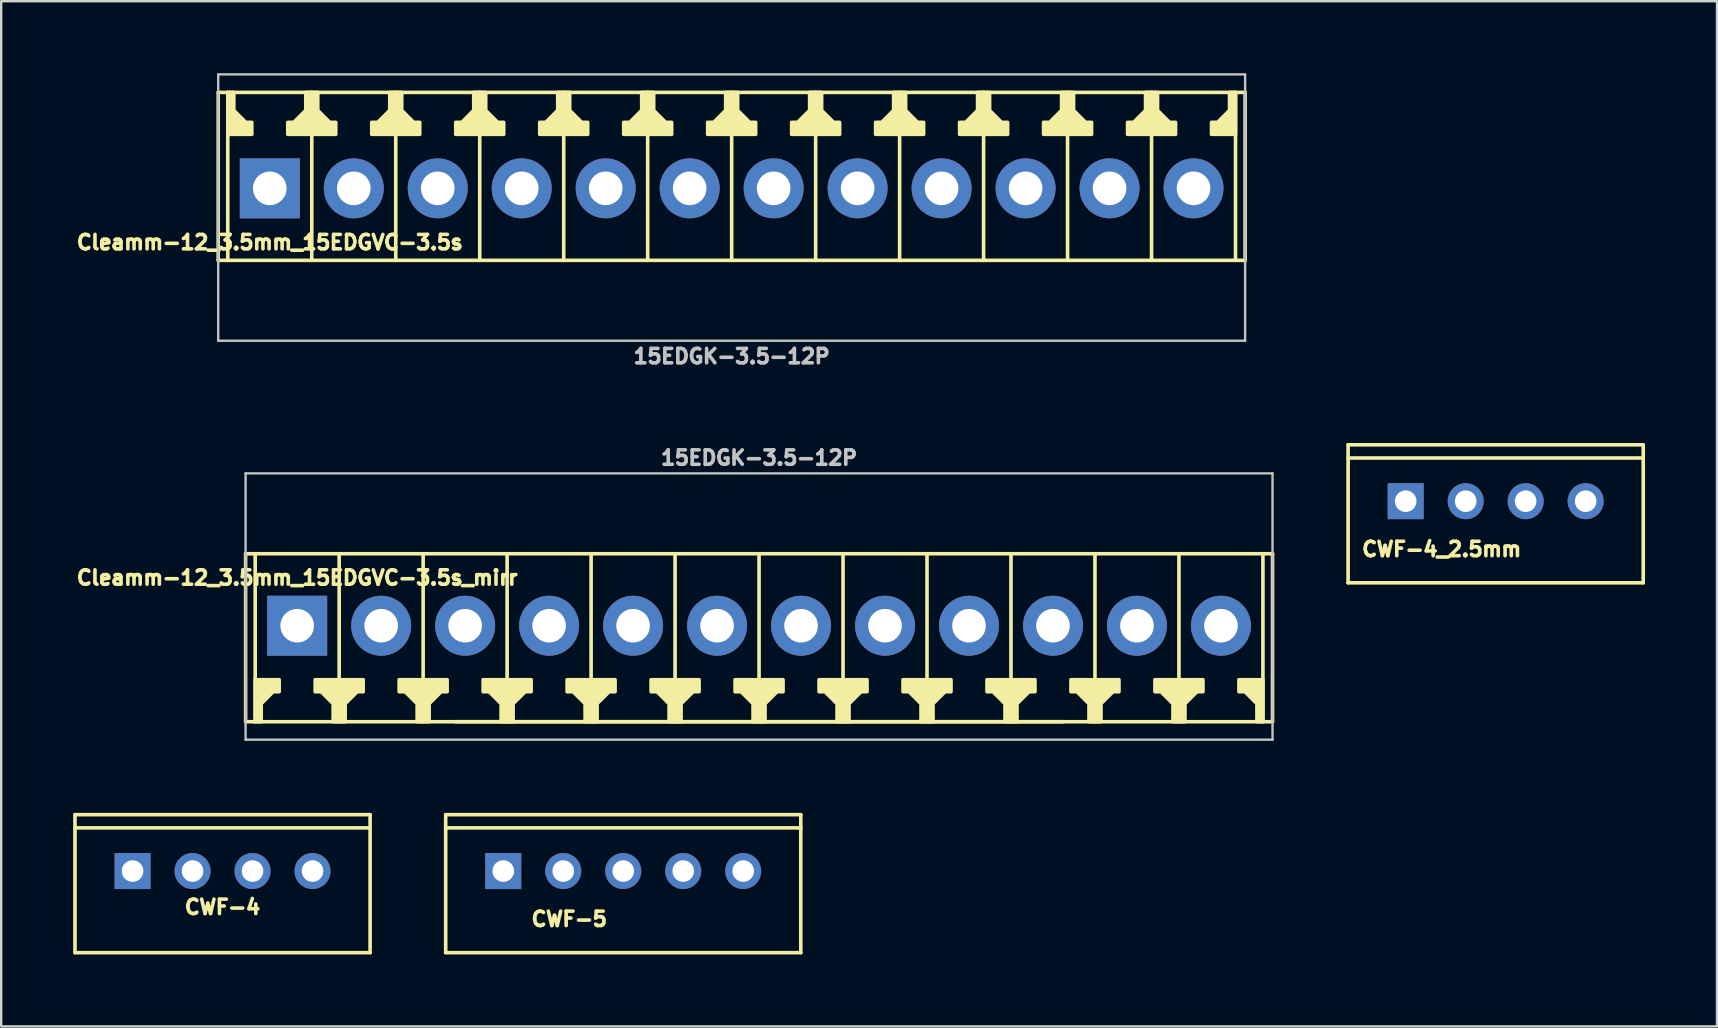
<source format=kicad_pcb>
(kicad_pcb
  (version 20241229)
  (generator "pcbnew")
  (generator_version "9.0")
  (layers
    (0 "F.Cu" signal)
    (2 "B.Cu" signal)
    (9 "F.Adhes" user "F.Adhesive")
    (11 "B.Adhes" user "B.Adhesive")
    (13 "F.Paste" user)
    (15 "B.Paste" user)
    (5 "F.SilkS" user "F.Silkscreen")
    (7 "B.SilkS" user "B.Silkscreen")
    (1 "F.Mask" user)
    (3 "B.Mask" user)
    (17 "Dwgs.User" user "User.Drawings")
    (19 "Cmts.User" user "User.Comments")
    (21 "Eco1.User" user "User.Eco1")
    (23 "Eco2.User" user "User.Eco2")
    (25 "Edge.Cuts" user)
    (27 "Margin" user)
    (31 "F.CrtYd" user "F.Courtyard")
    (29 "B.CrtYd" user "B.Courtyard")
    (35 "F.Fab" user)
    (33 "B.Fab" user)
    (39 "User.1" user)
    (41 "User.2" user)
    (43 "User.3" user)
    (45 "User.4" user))
  (footprint "Cleamm-12_3.5mm_15EDGVC-3.5s_mirr"
    (layer "F.Cu")
    (at 28.586 23.029)
    (property "Reference" "Cleamm-12_3.5mm_15EDGVC-3.5s_mirr" (at -19.25 -2 0) (layer "F.SilkS") (effects (font (size 0.6 0.6) (thickness 0.15))))
    (attr through_hole)
    (fp_line (start -21.4 -3) (end 21.4 -3) (stroke (width 0.15) (type default)) (layer "F.SilkS"))
    (fp_line (start -21.4 4) (end -21.4 -3) (stroke (width 0.15) (type default)) (layer "F.SilkS"))
    (fp_line (start -21 -3) (end -21 4) (stroke (width 0.15) (type solid)) (layer "F.SilkS"))
    (fp_line (start -17.5 4) (end -17.5 -3) (stroke (width 0.15) (type solid)) (layer "F.SilkS"))
    (fp_line (start -14 -3) (end -14 4) (stroke (width 0.15) (type solid)) (layer "F.SilkS"))
    (fp_line (start -10.5 -3) (end -10.5 4) (stroke (width 0.15) (type solid)) (layer "F.SilkS"))
    (fp_line (start -7 4) (end -7 -3) (stroke (width 0.15) (type solid)) (layer "F.SilkS"))
    (fp_line (start -3.5 4) (end -3.5 -3) (stroke (width 0.15) (type solid)) (layer "F.SilkS"))
    (fp_line (start 0 4) (end 0 -3) (stroke (width 0.15) (type solid)) (layer "F.SilkS"))
    (fp_line (start 3.5 -3) (end 3.5 4) (stroke (width 0.15) (type solid)) (layer "F.SilkS"))
    (fp_line (start 7 -3) (end 7 4) (stroke (width 0.15) (type solid)) (layer "F.SilkS"))
    (fp_line (start 10.5 4) (end 10.5 -3) (stroke (width 0.15) (type solid)) (layer "F.SilkS"))
    (fp_line (start 12.65 4) (end -12.65 4) (stroke (width 0.15) (type solid)) (layer "F.SilkS"))
    (fp_line (start 14 4) (end 14 -3) (stroke (width 0.15) (type solid)) (layer "F.SilkS"))
    (fp_line (start 17.5 4) (end 17.5 -3) (stroke (width 0.15) (type solid)) (layer "F.SilkS"))
    (fp_line (start 21 4) (end 21 -3) (stroke (width 0.15) (type solid)) (layer "F.SilkS"))
    (fp_line (start 21.4 -3) (end 21.4 4) (stroke (width 0.15) (type default)) (layer "F.SilkS"))
    (fp_line (start 21.4 4) (end -21.4 4) (stroke (width 0.15) (type default)) (layer "F.SilkS"))
    (fp_poly (pts (xy -21 2.25) (xy -20 2.25) (xy -20 2.75) (xy -20.25 2.75) (xy -20.75 3.25) (xy -20.75 4) (xy -21 4)) (stroke (width 0.15) (type solid)) (fill yes) (layer "F.SilkS"))
    (fp_poly (pts (xy 21 2.25) (xy 20 2.25) (xy 20 2.75) (xy 20.25 2.75) (xy 20.75 3.25) (xy 20.75 4) (xy 21 4)) (stroke (width 0.15) (type solid)) (fill yes) (layer "F.SilkS"))
    (fp_poly (pts (xy -17.25 4) (xy -17.25 3.25) (xy -16.75 2.75) (xy -16.5 2.75) (xy -16.5 2.25) (xy -18.5 2.25) (xy -18.5 2.75) (xy -18.25 2.75) (xy -17.75 3.25) (xy -17.75 4)) (stroke (width 0.15) (type solid)) (fill yes) (layer "F.SilkS"))
    (fp_poly (pts (xy -13.75 4) (xy -13.75 3.25) (xy -13.25 2.75) (xy -13 2.75) (xy -13 2.25) (xy -15 2.25) (xy -15 2.75) (xy -14.75 2.75) (xy -14.25 3.25) (xy -14.25 4)) (stroke (width 0.15) (type solid)) (fill yes) (layer "F.SilkS"))
    (fp_poly (pts (xy -10.25 4) (xy -10.25 3.25) (xy -9.75 2.75) (xy -9.5 2.75) (xy -9.5 2.25) (xy -11.5 2.25) (xy -11.5 2.75) (xy -11.25 2.75) (xy -10.75 3.25) (xy -10.75 4)) (stroke (width 0.15) (type solid)) (fill yes) (layer "F.SilkS"))
    (fp_poly (pts (xy -6.75 4) (xy -6.75 3.25) (xy -6.25 2.75) (xy -6 2.75) (xy -6 2.25) (xy -8 2.25) (xy -8 2.75) (xy -7.75 2.75) (xy -7.25 3.25) (xy -7.25 4)) (stroke (width 0.15) (type solid)) (fill yes) (layer "F.SilkS"))
    (fp_poly (pts (xy -3.25 4) (xy -3.25 3.25) (xy -2.75 2.75) (xy -2.5 2.75) (xy -2.5 2.25) (xy -4.5 2.25) (xy -4.5 2.75) (xy -4.25 2.75) (xy -3.75 3.25) (xy -3.75 4)) (stroke (width 0.15) (type solid)) (fill yes) (layer "F.SilkS"))
    (fp_poly (pts (xy 0.25 4) (xy 0.25 3.25) (xy 0.75 2.75) (xy 1 2.75) (xy 1 2.25) (xy -1 2.25) (xy -1 2.75) (xy -0.75 2.75) (xy -0.25 3.25) (xy -0.25 4)) (stroke (width 0.15) (type solid)) (fill yes) (layer "F.SilkS"))
    (fp_poly (pts (xy 3.75 4) (xy 3.75 3.25) (xy 4.25 2.75) (xy 4.5 2.75) (xy 4.5 2.25) (xy 2.5 2.25) (xy 2.5 2.75) (xy 2.75 2.75) (xy 3.25 3.25) (xy 3.25 4)) (stroke (width 0.15) (type solid)) (fill yes) (layer "F.SilkS"))
    (fp_poly (pts (xy 7.25 4) (xy 7.25 3.25) (xy 7.75 2.75) (xy 8 2.75) (xy 8 2.25) (xy 6 2.25) (xy 6 2.75) (xy 6.25 2.75) (xy 6.75 3.25) (xy 6.75 4)) (stroke (width 0.15) (type solid)) (fill yes) (layer "F.SilkS"))
    (fp_poly (pts (xy 10.75 4) (xy 10.75 3.25) (xy 11.25 2.75) (xy 11.5 2.75) (xy 11.5 2.25) (xy 9.5 2.25) (xy 9.5 2.75) (xy 9.75 2.75) (xy 10.25 3.25) (xy 10.25 4)) (stroke (width 0.15) (type solid)) (fill yes) (layer "F.SilkS"))
    (fp_poly (pts (xy 14.25 4) (xy 14.25 3.25) (xy 14.75 2.75) (xy 15 2.75) (xy 15 2.25) (xy 13 2.25) (xy 13 2.75) (xy 13.25 2.75) (xy 13.75 3.25) (xy 13.75 4)) (stroke (width 0.15) (type solid)) (fill yes) (layer "F.SilkS"))
    (fp_poly (pts (xy 17.75 4) (xy 17.75 3.25) (xy 18.25 2.75) (xy 18.5 2.75) (xy 18.5 2.25) (xy 16.5 2.25) (xy 16.5 2.75) (xy 16.75 2.75) (xy 17.25 3.25) (xy 17.25 4)) (stroke (width 0.15) (type solid)) (fill yes) (layer "F.SilkS"))
    (fp_line (start -21.4 -6.35) (end -21.4 4.75) (stroke (width 0.1) (type default)) (layer "Dwgs.User"))
    (fp_line (start -21.4 4.75) (end 21.4 4.75) (stroke (width 0.1) (type default)) (layer "Dwgs.User"))
    (fp_line (start 21.4 -6.35) (end -21.4 -6.35) (stroke (width 0.1) (type default)) (layer "Dwgs.User"))
    (fp_line (start 21.4 4.75) (end 21.4 -6.35) (stroke (width 0.1) (type default)) (layer "Dwgs.User"))
    (fp_text user "15EDGK-3.5-12P" (at 0 -7 0) (layer "Dwgs.User") (effects (font (size 0.6 0.6) (thickness 0.15))))
    (pad "1" thru_hole rect (at -19.25 0) (size 2.5 2.5) (drill 1.4) (layers "*.Cu" "*.Mask"))
    (pad "2" thru_hole circle (at -15.75 0) (size 2.5 2.5) (drill 1.4) (layers "*.Cu" "*.Mask"))
    (pad "3" thru_hole circle (at -12.25 0) (size 2.5 2.5) (drill 1.4) (layers "*.Cu" "*.Mask"))
    (pad "4" thru_hole circle (at -8.75 0) (size 2.5 2.5) (drill 1.4) (layers "*.Cu" "*.Mask"))
    (pad "5" thru_hole circle (at -5.25 0) (size 2.5 2.5) (drill 1.4) (layers "*.Cu" "*.Mask"))
    (pad "6" thru_hole circle (at -1.75 0) (size 2.5 2.5) (drill 1.4) (layers "*.Cu" "*.Mask"))
    (pad "7" thru_hole circle (at 1.75 0) (size 2.5 2.5) (drill 1.4) (layers "*.Cu" "*.Mask"))
    (pad "8" thru_hole circle (at 5.25 0) (size 2.5 2.5) (drill 1.4) (layers "*.Cu" "*.Mask"))
    (pad "9" thru_hole circle (at 8.75 0) (size 2.5 2.5) (drill 1.4) (layers "*.Cu" "*.Mask"))
    (pad "10" thru_hole circle (at 12.25 0) (size 2.5 2.5) (drill 1.4) (layers "*.Cu" "*.Mask"))
    (pad "11" thru_hole circle (at 15.75 0) (size 2.5 2.5) (drill 1.4) (layers "*.Cu" "*.Mask"))
    (pad "12" thru_hole circle (at 19.25 0) (size 2.5 2.5) (drill 1.4) (layers "*.Cu" "*.Mask")))
  (footprint "Cleamm-12_3.5mm_15EDGVC-3.5s"
    (layer "F.Cu")
    (at 27.444 4.8)
    (property "Reference" "Cleamm-12_3.5mm_15EDGVC-3.5s" (at -19.25 2.25 0) (layer "F.SilkS") (effects (font (size 0.6 0.6) (thickness 0.15))))
    (attr through_hole)
    (fp_line (start -21.4 -4) (end 21.4 -4) (stroke (width 0.15) (type default)) (layer "F.SilkS"))
    (fp_line (start -21.4 3) (end -21.4 -4) (stroke (width 0.15) (type default)) (layer "F.SilkS"))
    (fp_line (start -21.4 3) (end 21.4 3) (stroke (width 0.15) (type default)) (layer "F.SilkS"))
    (fp_line (start -21 -4) (end -21 3) (stroke (width 0.15) (type solid)) (layer "F.SilkS"))
    (fp_line (start -17.5 -4) (end -17.5 3) (stroke (width 0.15) (type solid)) (layer "F.SilkS"))
    (fp_line (start -14 -4) (end -14 3) (stroke (width 0.15) (type solid)) (layer "F.SilkS"))
    (fp_line (start -10.5 -4) (end -10.5 3) (stroke (width 0.15) (type solid)) (layer "F.SilkS"))
    (fp_line (start -7 3) (end -7 -4) (stroke (width 0.15) (type solid)) (layer "F.SilkS"))
    (fp_line (start -3.5 3) (end -3.5 -4) (stroke (width 0.15) (type solid)) (layer "F.SilkS"))
    (fp_line (start 0 -4) (end 0 3) (stroke (width 0.15) (type solid)) (layer "F.SilkS"))
    (fp_line (start 3.5 -4) (end 3.5 3) (stroke (width 0.15) (type solid)) (layer "F.SilkS"))
    (fp_line (start 7 -4) (end 7 3) (stroke (width 0.15) (type solid)) (layer "F.SilkS"))
    (fp_line (start 10.5 3) (end 10.5 -4) (stroke (width 0.15) (type solid)) (layer "F.SilkS"))
    (fp_line (start 14 3) (end 14 -4) (stroke (width 0.15) (type solid)) (layer "F.SilkS"))
    (fp_line (start 17.5 -4) (end 17.5 3) (stroke (width 0.15) (type solid)) (layer "F.SilkS"))
    (fp_line (start 21 3) (end 21 -4) (stroke (width 0.15) (type solid)) (layer "F.SilkS"))
    (fp_line (start 21.4 -4) (end 21.4 3) (stroke (width 0.15) (type default)) (layer "F.SilkS"))
    (fp_poly (pts (xy -21 -2.25) (xy -20 -2.25) (xy -20 -2.75) (xy -20.25 -2.75) (xy -20.75 -3.25) (xy -20.75 -4) (xy -21 -4)) (stroke (width 0.15) (type solid)) (fill yes) (layer "F.SilkS"))
    (fp_poly (pts (xy 21 -2.25) (xy 20 -2.25) (xy 20 -2.75) (xy 20.25 -2.75) (xy 20.75 -3.25) (xy 20.75 -4) (xy 21 -4)) (stroke (width 0.15) (type solid)) (fill yes) (layer "F.SilkS"))
    (fp_poly (pts (xy -17.75 -4) (xy -17.75 -3.25) (xy -18.25 -2.75) (xy -18.5 -2.75) (xy -18.5 -2.25) (xy -16.5 -2.25) (xy -16.5 -2.75) (xy -16.75 -2.75) (xy -17.25 -3.25) (xy -17.25 -4)) (stroke (width 0.15) (type solid)) (fill yes) (layer "F.SilkS"))
    (fp_poly (pts (xy -14.25 -4) (xy -14.25 -3.25) (xy -14.75 -2.75) (xy -15 -2.75) (xy -15 -2.25) (xy -13 -2.25) (xy -13 -2.75) (xy -13.25 -2.75) (xy -13.75 -3.25) (xy -13.75 -4)) (stroke (width 0.15) (type solid)) (fill yes) (layer "F.SilkS"))
    (fp_poly (pts (xy -10.75 -4) (xy -10.75 -3.25) (xy -11.25 -2.75) (xy -11.5 -2.75) (xy -11.5 -2.25) (xy -9.5 -2.25) (xy -9.5 -2.75) (xy -9.75 -2.75) (xy -10.25 -3.25) (xy -10.25 -4)) (stroke (width 0.15) (type solid)) (fill yes) (layer "F.SilkS"))
    (fp_poly (pts (xy -7.25 -4) (xy -7.25 -3.25) (xy -7.75 -2.75) (xy -8 -2.75) (xy -8 -2.25) (xy -6 -2.25) (xy -6 -2.75) (xy -6.25 -2.75) (xy -6.75 -3.25) (xy -6.75 -4)) (stroke (width 0.15) (type solid)) (fill yes) (layer "F.SilkS"))
    (fp_poly (pts (xy -3.75 -4) (xy -3.75 -3.25) (xy -4.25 -2.75) (xy -4.5 -2.75) (xy -4.5 -2.25) (xy -2.5 -2.25) (xy -2.5 -2.75) (xy -2.75 -2.75) (xy -3.25 -3.25) (xy -3.25 -4)) (stroke (width 0.15) (type solid)) (fill yes) (layer "F.SilkS"))
    (fp_poly (pts (xy -0.25 -4) (xy -0.25 -3.25) (xy -0.75 -2.75) (xy -1 -2.75) (xy -1 -2.25) (xy 1 -2.25) (xy 1 -2.75) (xy 0.75 -2.75) (xy 0.25 -3.25) (xy 0.25 -4)) (stroke (width 0.15) (type solid)) (fill yes) (layer "F.SilkS"))
    (fp_poly (pts (xy 3.25 -4) (xy 3.25 -3.25) (xy 2.75 -2.75) (xy 2.5 -2.75) (xy 2.5 -2.25) (xy 4.5 -2.25) (xy 4.5 -2.75) (xy 4.25 -2.75) (xy 3.75 -3.25) (xy 3.75 -4)) (stroke (width 0.15) (type solid)) (fill yes) (layer "F.SilkS"))
    (fp_poly (pts (xy 6.75 -4) (xy 6.75 -3.25) (xy 6.25 -2.75) (xy 6 -2.75) (xy 6 -2.25) (xy 8 -2.25) (xy 8 -2.75) (xy 7.75 -2.75) (xy 7.25 -3.25) (xy 7.25 -4)) (stroke (width 0.15) (type solid)) (fill yes) (layer "F.SilkS"))
    (fp_poly (pts (xy 10.25 -4) (xy 10.25 -3.25) (xy 9.75 -2.75) (xy 9.5 -2.75) (xy 9.5 -2.25) (xy 11.5 -2.25) (xy 11.5 -2.75) (xy 11.25 -2.75) (xy 10.75 -3.25) (xy 10.75 -4)) (stroke (width 0.15) (type solid)) (fill yes) (layer "F.SilkS"))
    (fp_poly (pts (xy 13.75 -4) (xy 13.75 -3.25) (xy 13.25 -2.75) (xy 13 -2.75) (xy 13 -2.25) (xy 15 -2.25) (xy 15 -2.75) (xy 14.75 -2.75) (xy 14.25 -3.25) (xy 14.25 -4)) (stroke (width 0.15) (type solid)) (fill yes) (layer "F.SilkS"))
    (fp_poly (pts (xy 17.25 -4) (xy 17.25 -3.25) (xy 16.75 -2.75) (xy 16.5 -2.75) (xy 16.5 -2.25) (xy 18.5 -2.25) (xy 18.5 -2.75) (xy 18.25 -2.75) (xy 17.75 -3.25) (xy 17.75 -4)) (stroke (width 0.15) (type solid)) (fill yes) (layer "F.SilkS"))
    (fp_line (start -21.4 -4.75) (end -21.4 6.35) (stroke (width 0.1) (type default)) (layer "Dwgs.User"))
    (fp_line (start -21.4 6.35) (end 21.4 6.35) (stroke (width 0.1) (type default)) (layer "Dwgs.User"))
    (fp_line (start 21.4 -4.75) (end -21.4 -4.75) (stroke (width 0.1) (type default)) (layer "Dwgs.User"))
    (fp_line (start 21.4 6.35) (end 21.4 -4.75) (stroke (width 0.1) (type default)) (layer "Dwgs.User"))
    (fp_text user "15EDGK-3.5-12P" (at 0 7 0) (layer "Dwgs.User") (effects (font (size 0.6 0.6) (thickness 0.15))))
    (pad "1" thru_hole rect (at -19.25 0) (size 2.5 2.5) (drill 1.4) (layers "*.Cu" "*.Mask"))
    (pad "2" thru_hole circle (at -15.75 0) (size 2.5 2.5) (drill 1.4) (layers "*.Cu" "*.Mask"))
    (pad "3" thru_hole circle (at -12.25 0) (size 2.5 2.5) (drill 1.4) (layers "*.Cu" "*.Mask"))
    (pad "4" thru_hole circle (at -8.75 0) (size 2.5 2.5) (drill 1.4) (layers "*.Cu" "*.Mask"))
    (pad "5" thru_hole circle (at -5.25 0) (size 2.5 2.5) (drill 1.4) (layers "*.Cu" "*.Mask"))
    (pad "6" thru_hole circle (at -1.75 0) (size 2.5 2.5) (drill 1.4) (layers "*.Cu" "*.Mask"))
    (pad "7" thru_hole circle (at 1.75 0) (size 2.5 2.5) (drill 1.4) (layers "*.Cu" "*.Mask"))
    (pad "8" thru_hole circle (at 5.25 0) (size 2.5 2.5) (drill 1.4) (layers "*.Cu" "*.Mask"))
    (pad "9" thru_hole circle (at 8.75 0) (size 2.5 2.5) (drill 1.4) (layers "*.Cu" "*.Mask"))
    (pad "10" thru_hole circle (at 12.25 0) (size 2.5 2.5) (drill 1.4) (layers "*.Cu" "*.Mask"))
    (pad "11" thru_hole circle (at 15.75 0) (size 2.5 2.5) (drill 1.4) (layers "*.Cu" "*.Mask"))
    (pad "12" thru_hole circle (at 19.25 0) (size 2.5 2.5) (drill 1.4) (layers "*.Cu" "*.Mask")))
  (footprint "CWF-4_2.5mm"
    (layer "F.Cu")
    (at 59.286 17.839)
    (property "Reference" "CWF-4_2.5mm" (at -2.25 2 180) (layer "F.SilkS") (effects (font (size 0.6 0.6) (thickness 0.15))))
    (attr through_hole)
    (fp_line (start -6.15 -2.35) (end 6.15 -2.35) (stroke (width 0.15) (type solid)) (layer "F.SilkS"))
    (fp_line (start -6.15 -1.8) (end 6.15 -1.8) (stroke (width 0.15) (type solid)) (layer "F.SilkS"))
    (fp_line (start -6.15 3.4) (end -6.15 -2.35) (stroke (width 0.15) (type solid)) (layer "F.SilkS"))
    (fp_line (start 6.15 -2.35) (end 6.15 3.4) (stroke (width 0.15) (type solid)) (layer "F.SilkS"))
    (fp_line (start 6.15 3.4) (end -6.15 3.4) (stroke (width 0.15) (type solid)) (layer "F.SilkS"))
    (pad "1" thru_hole rect (at -3.75 0) (size 1.5 1.5) (drill 0.9) (layers "*.Cu" "*.Mask"))
    (pad "2" thru_hole circle (at -1.25 0) (size 1.5 1.5) (drill 0.9) (layers "*.Cu" "*.Mask"))
    (pad "3" thru_hole circle (at 1.25 0) (size 1.5 1.5) (drill 0.9) (layers "*.Cu" "*.Mask"))
    (pad "4" thru_hole circle (at 3.75 0) (size 1.5 1.5) (drill 0.9) (layers "*.Cu" "*.Mask")))
  (footprint "CWF-4"
    (layer "F.Cu")
    (at 6.225 33.254)
    (property "Reference" "CWF-4" (at 0 1.5 180) (layer "F.SilkS") (effects (font (size 0.6 0.6) (thickness 0.15))))
    (attr through_hole)
    (fp_line (start -6.15 -2.35) (end 6.15 -2.35) (stroke (width 0.15) (type solid)) (layer "F.SilkS"))
    (fp_line (start -6.15 -1.8) (end 6.15 -1.8) (stroke (width 0.15) (type solid)) (layer "F.SilkS"))
    (fp_line (start -6.15 3.4) (end -6.15 -2.35) (stroke (width 0.15) (type solid)) (layer "F.SilkS"))
    (fp_line (start 6.15 -2.35) (end 6.15 3.4) (stroke (width 0.15) (type solid)) (layer "F.SilkS"))
    (fp_line (start 6.15 3.4) (end -6.15 3.4) (stroke (width 0.15) (type solid)) (layer "F.SilkS"))
    (pad "1" thru_hole rect (at -3.75 0) (size 1.5 1.5) (drill 0.9) (layers "*.Cu" "*.Mask"))
    (pad "2" thru_hole circle (at -1.25 0) (size 1.5 1.5) (drill 0.9) (layers "*.Cu" "*.Mask"))
    (pad "3" thru_hole circle (at 1.25 0) (size 1.5 1.5) (drill 0.9) (layers "*.Cu" "*.Mask"))
    (pad "4" thru_hole circle (at 3.75 0) (size 1.5 1.5) (drill 0.9) (layers "*.Cu" "*.Mask")))
  (footprint "CWF-5"
    (layer "F.Cu")
    (at 22.925 33.254)
    (property "Reference" "CWF-5" (at -2.25 2 180) (layer "F.SilkS") (effects (font (size 0.6 0.6) (thickness 0.15))))
    (attr through_hole)
    (fp_line (start -7.4 -2.35) (end 7.4 -2.35) (stroke (width 0.15) (type solid)) (layer "F.SilkS"))
    (fp_line (start -7.4 -1.8) (end 7.4 -1.8) (stroke (width 0.15) (type solid)) (layer "F.SilkS"))
    (fp_line (start -7.4 3.4) (end -7.4 -2.35) (stroke (width 0.15) (type solid)) (layer "F.SilkS"))
    (fp_line (start 7.4 -2.35) (end 7.4 3.4) (stroke (width 0.15) (type solid)) (layer "F.SilkS"))
    (fp_line (start 7.4 3.4) (end -7.4 3.4) (stroke (width 0.15) (type solid)) (layer "F.SilkS"))
    (pad "1" thru_hole rect (at -5 0) (size 1.5 1.5) (drill 0.9) (layers "*.Cu" "*.Mask"))
    (pad "2" thru_hole circle (at -2.5 0) (size 1.5 1.5) (drill 0.9) (layers "*.Cu" "*.Mask"))
    (pad "3" thru_hole circle (at 0 0) (size 1.5 1.5) (drill 0.9) (layers "*.Cu" "*.Mask"))
    (pad "4" thru_hole circle (at 2.5 0) (size 1.5 1.5) (drill 0.9) (layers "*.Cu" "*.Mask"))
    (pad "5" thru_hole circle (at 5 0) (size 1.5 1.5) (drill 0.9) (layers "*.Cu" "*.Mask")))
  (gr_rect
    (start -3 -3)
    (end 68.511 39.728)
    (stroke (width 0.1) (type default))
    (fill no)
    (layer "Edge.Cuts")))
</source>
